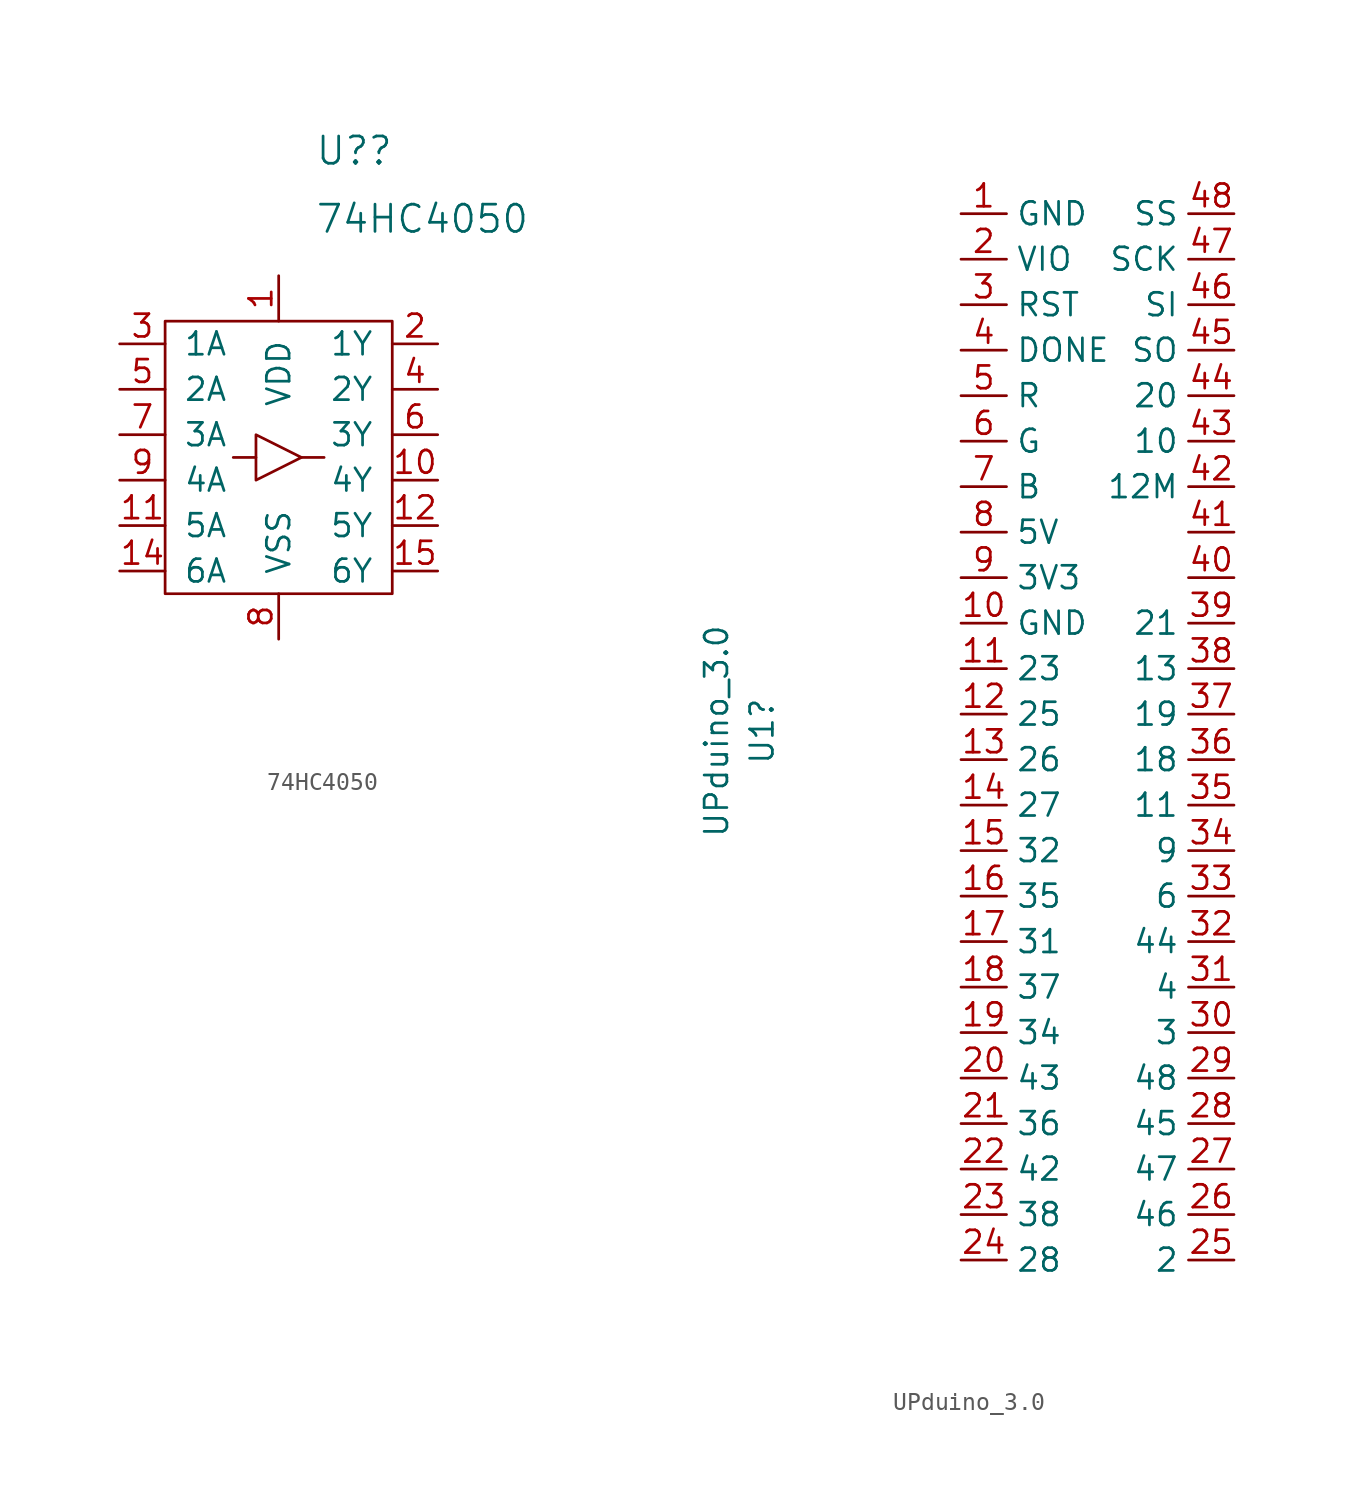
<source format=kicad_sym>
(kicad_symbol_lib
  (version 20211014)
  (generator kicad_symbol_editor)
  (symbol "74HC4050"
    (pin_names
      (offset 1.016))
    (property "Reference" "U?"
      (at 2.019 17.145 0)
      (effects (font (size 1.524 1.524)) (justify left)))
    (property "Value" "74HC4050"
      (at 2.019 13.335 0)
      (effects (font (size 1.524 1.524)) (justify left)))
    (property "Footprint" ""
      (at 0 0 0)
      (effects (font (size 1.524 1.524))))
    (symbol "74HC4050_0_1"
      (rectangle (start -6.35 7.62) (end 6.35 -7.62) (stroke (width 0) (type default) (color 0 0 0 0)) (fill (type none)))
      (polyline (pts (xy -2.54 0) (xy -1.27 0) (xy -1.27 0)) (stroke (width 0) (type default) (color 0 0 0 0)) (fill (type none)))
      (polyline (pts (xy 1.27 0) (xy 2.54 0) (xy 2.54 0)) (stroke (width 0) (type default) (color 0 0 0 0)) (fill (type none)))
      (polyline (pts (xy -1.27 1.27) (xy -1.27 -1.27) (xy 1.27 0) (xy -1.27 1.27)) (stroke (width 0) (type default) (color 0 0 0 0)) (fill (type none))))
    (symbol "74HC4050_1_1"
      (pin passive line (at 0 10.16 270) (length 2.54) (name "VDD" (effects (font (size 1.27 1.27)))) (number "1" (effects (font (size 1.27 1.27)))))
      (pin output line (at 8.89 -1.27 180) (length 2.54) (name "4Y" (effects (font (size 1.27 1.27)))) (number "10" (effects (font (size 1.27 1.27)))))
      (pin input line (at -8.89 -3.81 0) (length 2.54) (name "5A" (effects (font (size 1.27 1.27)))) (number "11" (effects (font (size 1.27 1.27)))))
      (pin output line (at 8.89 -3.81 180) (length 2.54) (name "5Y" (effects (font (size 1.27 1.27)))) (number "12" (effects (font (size 1.27 1.27)))))
      (pin no_connect line (at 13.335 -10.795 180) (length 2.54) hide (name "NC" (effects (font (size 1.27 1.27)))) (number "13" (effects (font (size 1.27 1.27)))))
      (pin input line (at -8.89 -6.35 0) (length 2.54) (name "6A" (effects (font (size 1.27 1.27)))) (number "14" (effects (font (size 1.27 1.27)))))
      (pin output line (at 8.89 -6.35 180) (length 2.54) (name "6Y" (effects (font (size 1.27 1.27)))) (number "15" (effects (font (size 1.27 1.27)))))
      (pin no_connect line (at 13.335 -13.97 180) (length 2.54) hide (name "NC" (effects (font (size 1.27 1.27)))) (number "16" (effects (font (size 1.27 1.27)))))
      (pin output line (at 8.89 6.35 180) (length 2.54) (name "1Y" (effects (font (size 1.27 1.27)))) (number "2" (effects (font (size 1.27 1.27)))))
      (pin input line (at -8.89 6.35 0) (length 2.54) (name "1A" (effects (font (size 1.27 1.27)))) (number "3" (effects (font (size 1.27 1.27)))))
      (pin output line (at 8.89 3.81 180) (length 2.54) (name "2Y" (effects (font (size 1.27 1.27)))) (number "4" (effects (font (size 1.27 1.27)))))
      (pin input line (at -8.89 3.81 0) (length 2.54) (name "2A" (effects (font (size 1.27 1.27)))) (number "5" (effects (font (size 1.27 1.27)))))
      (pin output line (at 8.89 1.27 180) (length 2.54) (name "3Y" (effects (font (size 1.27 1.27)))) (number "6" (effects (font (size 1.27 1.27)))))
      (pin input line (at -8.89 1.27 0) (length 2.54) (name "3A" (effects (font (size 1.27 1.27)))) (number "7" (effects (font (size 1.27 1.27)))))
      (pin passive line (at 0 -10.16 90) (length 2.54) (name "VSS" (effects (font (size 1.27 1.27)))) (number "8" (effects (font (size 1.27 1.27)))))
      (pin input line (at -8.89 -1.27 0) (length 2.54) (name "4A" (effects (font (size 1.27 1.27)))) (number "9" (effects (font (size 1.27 1.27)))))))
  (symbol "UPduino_3.0"
    (property "Reference" "U1"
      (at -11.113 -28.892 90)
      (effects (font (size 1.27 1.27))))
    (property "Value" "UPduino_3.0"
      (at -13.652 -28.892 90)
      (effects (font (size 1.27 1.27))))
    (symbol "UPduino_3.0_1_1"
      (pin passive line (at 0 0 0) (length 2.54) (name "GND" (effects (font (size 1.27 1.27)))) (number "1" (effects (font (size 1.27 1.27)))))
      (pin passive line (at 0 -22.86 0) (length 2.54) (name "GND" (effects (font (size 1.27 1.27)))) (number "10" (effects (font (size 1.27 1.27)))))
      (pin bidirectional line (at 0 -25.4 0) (length 2.54) (name "23" (effects (font (size 1.27 1.27)))) (number "11" (effects (font (size 1.27 1.27)))))
      (pin bidirectional line (at 0 -27.94 0) (length 2.54) (name "25" (effects (font (size 1.27 1.27)))) (number "12" (effects (font (size 1.27 1.27)))))
      (pin bidirectional line (at 0 -30.48 0) (length 2.54) (name "26" (effects (font (size 1.27 1.27)))) (number "13" (effects (font (size 1.27 1.27)))))
      (pin bidirectional line (at 0 -33.02 0) (length 2.54) (name "27" (effects (font (size 1.27 1.27)))) (number "14" (effects (font (size 1.27 1.27)))))
      (pin bidirectional line (at 0 -35.56 0) (length 2.54) (name "32" (effects (font (size 1.27 1.27)))) (number "15" (effects (font (size 1.27 1.27)))))
      (pin bidirectional line (at 0 -38.1 0) (length 2.54) (name "35" (effects (font (size 1.27 1.27)))) (number "16" (effects (font (size 1.27 1.27)))))
      (pin bidirectional line (at 0 -40.64 0) (length 2.54) (name "31" (effects (font (size 1.27 1.27)))) (number "17" (effects (font (size 1.27 1.27)))))
      (pin bidirectional line (at 0 -43.18 0) (length 2.54) (name "37" (effects (font (size 1.27 1.27)))) (number "18" (effects (font (size 1.27 1.27)))))
      (pin bidirectional line (at 0 -45.72 0) (length 2.54) (name "34" (effects (font (size 1.27 1.27)))) (number "19" (effects (font (size 1.27 1.27)))))
      (pin bidirectional line (at 0 -2.54 0) (length 2.54) (name "VIO" (effects (font (size 1.27 1.27)))) (number "2" (effects (font (size 1.27 1.27)))))
      (pin bidirectional line (at 0 -48.26 0) (length 2.54) (name "43" (effects (font (size 1.27 1.27)))) (number "20" (effects (font (size 1.27 1.27)))))
      (pin bidirectional line (at 0 -50.8 0) (length 2.54) (name "36" (effects (font (size 1.27 1.27)))) (number "21" (effects (font (size 1.27 1.27)))))
      (pin bidirectional line (at 0 -53.34 0) (length 2.54) (name "42" (effects (font (size 1.27 1.27)))) (number "22" (effects (font (size 1.27 1.27)))))
      (pin bidirectional line (at 0 -55.88 0) (length 2.54) (name "38" (effects (font (size 1.27 1.27)))) (number "23" (effects (font (size 1.27 1.27)))))
      (pin bidirectional line (at 0 -58.42 0) (length 2.54) (name "28" (effects (font (size 1.27 1.27)))) (number "24" (effects (font (size 1.27 1.27)))))
      (pin bidirectional line (at 15.24 -58.42 180) (length 2.54) (name "2" (effects (font (size 1.27 1.27)))) (number "25" (effects (font (size 1.27 1.27)))))
      (pin bidirectional line (at 15.24 -55.88 180) (length 2.54) (name "46" (effects (font (size 1.27 1.27)))) (number "26" (effects (font (size 1.27 1.27)))))
      (pin bidirectional line (at 15.24 -53.34 180) (length 2.54) (name "47" (effects (font (size 1.27 1.27)))) (number "27" (effects (font (size 1.27 1.27)))))
      (pin bidirectional line (at 15.24 -50.8 180) (length 2.54) (name "45" (effects (font (size 1.27 1.27)))) (number "28" (effects (font (size 1.27 1.27)))))
      (pin bidirectional line (at 15.24 -48.26 180) (length 2.54) (name "48" (effects (font (size 1.27 1.27)))) (number "29" (effects (font (size 1.27 1.27)))))
      (pin bidirectional line (at 0 -5.08 0) (length 2.54) (name "RST" (effects (font (size 1.27 1.27)))) (number "3" (effects (font (size 1.27 1.27)))))
      (pin bidirectional line (at 15.24 -45.72 180) (length 2.54) (name "3" (effects (font (size 1.27 1.27)))) (number "30" (effects (font (size 1.27 1.27)))))
      (pin bidirectional line (at 15.24 -43.18 180) (length 2.54) (name "4" (effects (font (size 1.27 1.27)))) (number "31" (effects (font (size 1.27 1.27)))))
      (pin bidirectional line (at 15.24 -40.64 180) (length 2.54) (name "44" (effects (font (size 1.27 1.27)))) (number "32" (effects (font (size 1.27 1.27)))))
      (pin bidirectional line (at 15.24 -38.1 180) (length 2.54) (name "6" (effects (font (size 1.27 1.27)))) (number "33" (effects (font (size 1.27 1.27)))))
      (pin bidirectional line (at 15.24 -35.56 180) (length 2.54) (name "9" (effects (font (size 1.27 1.27)))) (number "34" (effects (font (size 1.27 1.27)))))
      (pin bidirectional line (at 15.24 -33.02 180) (length 2.54) (name "11" (effects (font (size 1.27 1.27)))) (number "35" (effects (font (size 1.27 1.27)))))
      (pin bidirectional line (at 15.24 -30.48 180) (length 2.54) (name "18" (effects (font (size 1.27 1.27)))) (number "36" (effects (font (size 1.27 1.27)))))
      (pin bidirectional line (at 15.24 -27.94 180) (length 2.54) (name "19" (effects (font (size 1.27 1.27)))) (number "37" (effects (font (size 1.27 1.27)))))
      (pin bidirectional line (at 15.24 -25.4 180) (length 2.54) (name "13" (effects (font (size 1.27 1.27)))) (number "38" (effects (font (size 1.27 1.27)))))
      (pin bidirectional line (at 15.24 -22.86 180) (length 2.54) (name "21" (effects (font (size 1.27 1.27)))) (number "39" (effects (font (size 1.27 1.27)))))
      (pin bidirectional line (at 0 -7.62 0) (length 2.54) (name "DONE" (effects (font (size 1.27 1.27)))) (number "4" (effects (font (size 1.27 1.27)))))
      (pin bidirectional line (at 15.24 -20.32 180) (length 2.54) (name "" (effects (font (size 1.27 1.27)))) (number "40" (effects (font (size 1.27 1.27)))))
      (pin bidirectional line (at 15.24 -17.78 180) (length 2.54) (name "" (effects (font (size 1.27 1.27)))) (number "41" (effects (font (size 1.27 1.27)))))
      (pin bidirectional line (at 15.24 -15.24 180) (length 2.54) (name "12M" (effects (font (size 1.27 1.27)))) (number "42" (effects (font (size 1.27 1.27)))))
      (pin bidirectional line (at 15.24 -12.7 180) (length 2.54) (name "10" (effects (font (size 1.27 1.27)))) (number "43" (effects (font (size 1.27 1.27)))))
      (pin bidirectional line (at 15.24 -10.16 180) (length 2.54) (name "20" (effects (font (size 1.27 1.27)))) (number "44" (effects (font (size 1.27 1.27)))))
      (pin bidirectional line (at 15.24 -7.62 180) (length 2.54) (name "SO" (effects (font (size 1.27 1.27)))) (number "45" (effects (font (size 1.27 1.27)))))
      (pin bidirectional line (at 15.24 -5.08 180) (length 2.54) (name "SI" (effects (font (size 1.27 1.27)))) (number "46" (effects (font (size 1.27 1.27)))))
      (pin bidirectional line (at 15.24 -2.54 180) (length 2.54) (name "SCK" (effects (font (size 1.27 1.27)))) (number "47" (effects (font (size 1.27 1.27)))))
      (pin bidirectional line (at 15.24 0 180) (length 2.54) (name "SS" (effects (font (size 1.27 1.27)))) (number "48" (effects (font (size 1.27 1.27)))))
      (pin bidirectional line (at 0 -10.16 0) (length 2.54) (name "R" (effects (font (size 1.27 1.27)))) (number "5" (effects (font (size 1.27 1.27)))))
      (pin bidirectional line (at 0 -12.7 0) (length 2.54) (name "G" (effects (font (size 1.27 1.27)))) (number "6" (effects (font (size 1.27 1.27)))))
      (pin bidirectional line (at 0 -15.24 0) (length 2.54) (name "B" (effects (font (size 1.27 1.27)))) (number "7" (effects (font (size 1.27 1.27)))))
      (pin passive line (at 0 -17.78 0) (length 2.54) (name "5V" (effects (font (size 1.27 1.27)))) (number "8" (effects (font (size 1.27 1.27)))))
      (pin passive line (at 0 -20.32 0) (length 2.54) (name "3V3" (effects (font (size 1.27 1.27)))) (number "9" (effects (font (size 1.27 1.27))))))))
</source>
